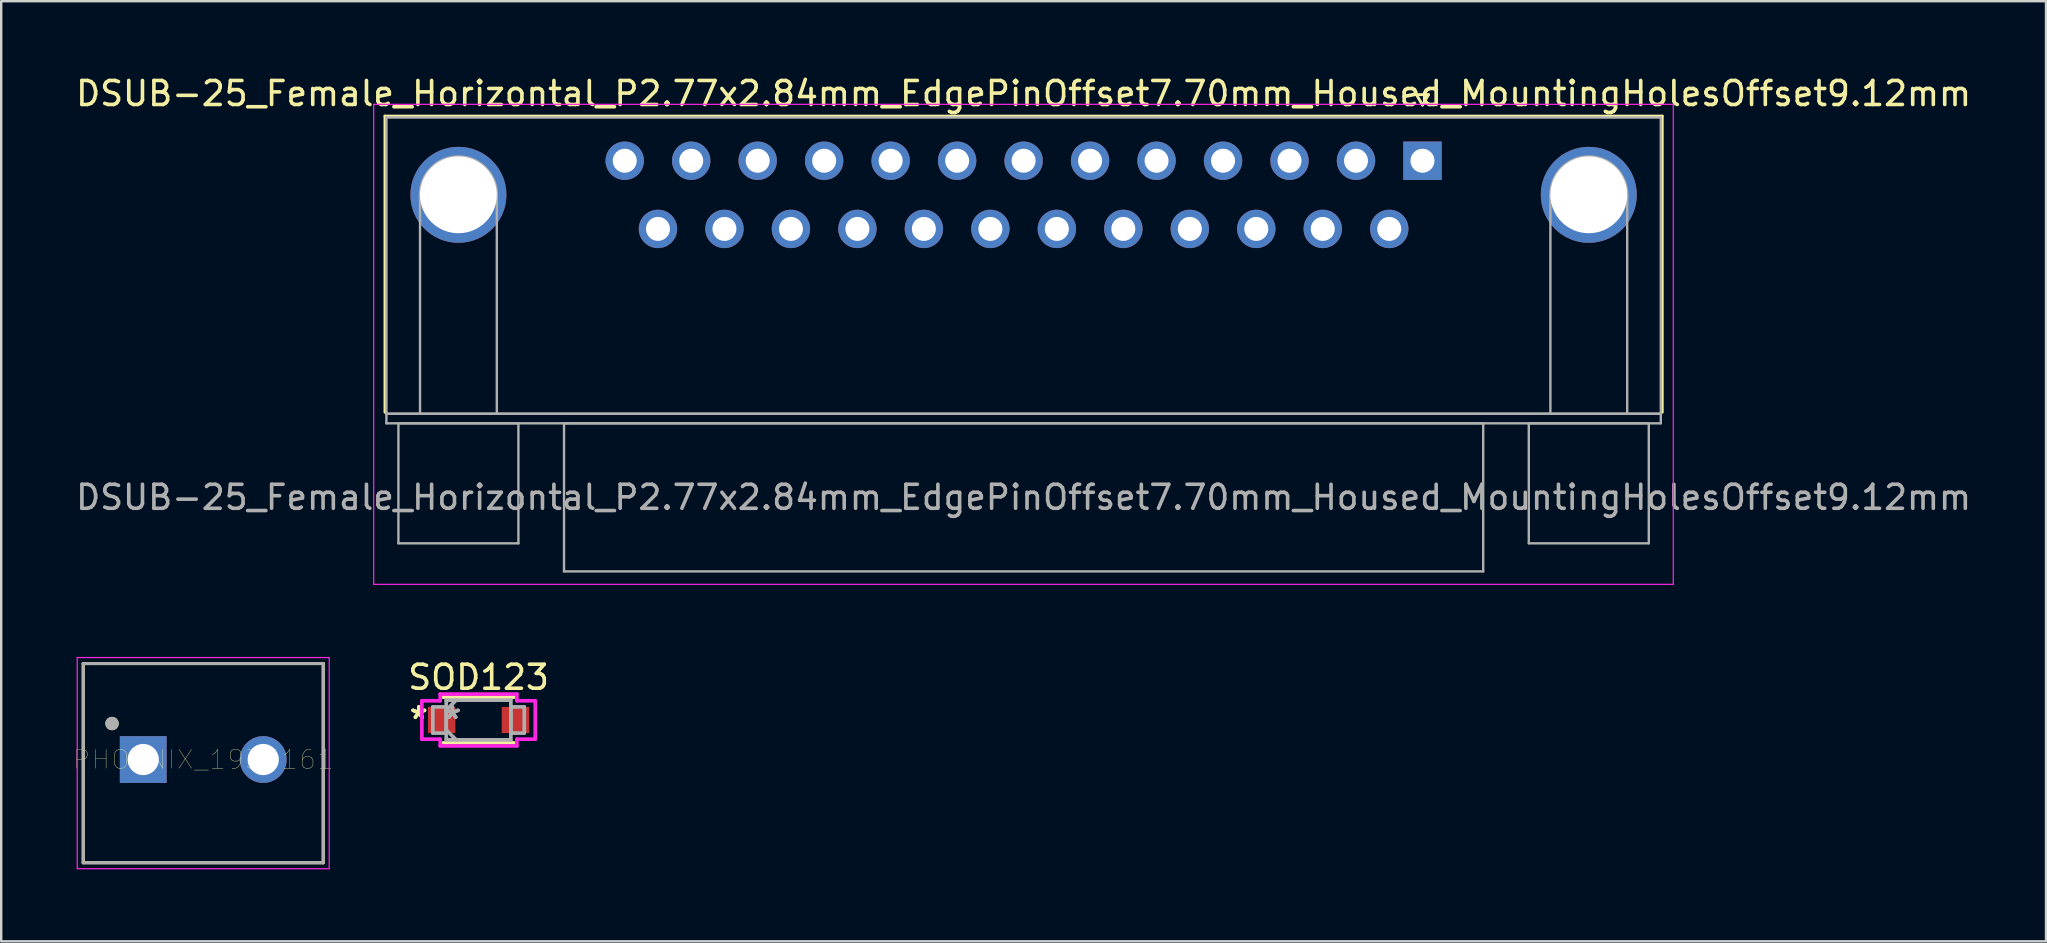
<source format=kicad_pcb>
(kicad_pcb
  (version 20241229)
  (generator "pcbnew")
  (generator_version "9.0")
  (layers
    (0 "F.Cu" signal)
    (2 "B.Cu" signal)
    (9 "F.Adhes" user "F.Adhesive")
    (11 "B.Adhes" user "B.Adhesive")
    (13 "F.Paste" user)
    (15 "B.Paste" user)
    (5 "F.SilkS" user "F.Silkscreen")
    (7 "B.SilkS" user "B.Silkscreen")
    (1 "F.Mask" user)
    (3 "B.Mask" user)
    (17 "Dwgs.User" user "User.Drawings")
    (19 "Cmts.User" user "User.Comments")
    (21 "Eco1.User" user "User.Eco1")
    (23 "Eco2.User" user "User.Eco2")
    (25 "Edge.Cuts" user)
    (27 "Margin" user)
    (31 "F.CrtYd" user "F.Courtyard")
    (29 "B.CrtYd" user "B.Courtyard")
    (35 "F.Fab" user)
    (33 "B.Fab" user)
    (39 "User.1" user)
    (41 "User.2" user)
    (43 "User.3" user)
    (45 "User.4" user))
  (footprint "PHOENIX_1935161"
    (layer "F.Cu")
    (at 5.418 28.598)
    (property "Reference" "PHOENIX_1935161" (at 0 0 0) (layer "F.SilkS") (effects (font (size 0.787 0.787) (thickness 0.015))))
    (attr through_hole)
    (fp_line (start -5 -4) (end 5 -4) (stroke (width 0.127) (type solid)) (layer "F.SilkS"))
    (fp_line (start -5 4.3) (end -5 -4) (stroke (width 0.127) (type solid)) (layer "F.SilkS"))
    (fp_line (start 5 -4) (end 5 4.3) (stroke (width 0.127) (type solid)) (layer "F.SilkS"))
    (fp_line (start 5 4.3) (end -5 4.3) (stroke (width 0.127) (type solid)) (layer "F.SilkS"))
    (fp_circle (center -3.8 -1.5) (end -3.66 -1.5) (stroke (width 0.28) (type solid)) (fill no) (layer "F.SilkS"))
    (fp_line (start -5.25 -4.25) (end 5.25 -4.25) (stroke (width 0.05) (type solid)) (layer "F.CrtYd"))
    (fp_line (start -5.25 4.55) (end -5.25 -4.25) (stroke (width 0.05) (type solid)) (layer "F.CrtYd"))
    (fp_line (start 5.25 -4.25) (end 5.25 4.55) (stroke (width 0.05) (type solid)) (layer "F.CrtYd"))
    (fp_line (start 5.25 4.55) (end -5.25 4.55) (stroke (width 0.05) (type solid)) (layer "F.CrtYd"))
    (fp_line (start -5 -4) (end 5 -4) (stroke (width 0.127) (type solid)) (layer "F.Fab"))
    (fp_line (start -5 4.3) (end -5 -4) (stroke (width 0.127) (type solid)) (layer "F.Fab"))
    (fp_line (start 5 -4) (end 5 4.3) (stroke (width 0.127) (type solid)) (layer "F.Fab"))
    (fp_line (start 5 4.3) (end -5 4.3) (stroke (width 0.127) (type solid)) (layer "F.Fab"))
    (fp_circle (center -3.8 -1.5) (end -3.66 -1.5) (stroke (width 0.28) (type solid)) (fill no) (layer "F.Fab"))
    (pad "1" thru_hole rect (at -2.5 0) (size 1.95 1.95) (drill 1.3) (layers "*.Cu" "*.Mask"))
    (pad "2" thru_hole circle (at 2.5 0) (size 1.95 1.95) (drill 1.3) (layers "*.Cu" "*.Mask")))
  (footprint "SOD123"
    (layer "F.Cu")
    (at 16.89 26.95)
    (property "Reference" "SOD123" (at 0 -1.778 0) (layer "F.SilkS") (effects (font (size 1 1) (thickness 0.15))))
    (attr through_hole)
    (fp_line (start -1.473 0.953) (end 1.473 0.953) (stroke (width 0.152) (type solid)) (layer "F.SilkS"))
    (fp_line (start 1.473 -0.953) (end -1.473 -0.953) (stroke (width 0.152) (type solid)) (layer "F.SilkS"))
    (fp_line (start -2.362 -0.8) (end -1.6 -0.8) (stroke (width 0.152) (type solid)) (layer "F.CrtYd"))
    (fp_line (start -2.362 0.8) (end -2.362 -0.8) (stroke (width 0.152) (type solid)) (layer "F.CrtYd"))
    (fp_line (start -1.6 -1.079) (end 1.6 -1.079) (stroke (width 0.152) (type solid)) (layer "F.CrtYd"))
    (fp_line (start -1.6 -0.8) (end -1.6 -1.079) (stroke (width 0.152) (type solid)) (layer "F.CrtYd"))
    (fp_line (start -1.6 0.8) (end -2.362 0.8) (stroke (width 0.152) (type solid)) (layer "F.CrtYd"))
    (fp_line (start -1.6 1.079) (end -1.6 0.8) (stroke (width 0.152) (type solid)) (layer "F.CrtYd"))
    (fp_line (start 1.6 -1.079) (end 1.6 -0.8) (stroke (width 0.152) (type solid)) (layer "F.CrtYd"))
    (fp_line (start 1.6 -0.8) (end 2.362 -0.8) (stroke (width 0.152) (type solid)) (layer "F.CrtYd"))
    (fp_line (start 1.6 0.8) (end 1.6 1.079) (stroke (width 0.152) (type solid)) (layer "F.CrtYd"))
    (fp_line (start 1.6 1.079) (end -1.6 1.079) (stroke (width 0.152) (type solid)) (layer "F.CrtYd"))
    (fp_line (start 2.362 -0.8) (end 2.362 0.8) (stroke (width 0.152) (type solid)) (layer "F.CrtYd"))
    (fp_line (start 2.362 0.8) (end 1.6 0.8) (stroke (width 0.152) (type solid)) (layer "F.CrtYd"))
    (fp_line (start -1.905 -0.546) (end -1.905 0.546) (stroke (width 0.152) (type solid)) (layer "F.Fab"))
    (fp_line (start -1.905 0.546) (end -1.346 0.546) (stroke (width 0.152) (type solid)) (layer "F.Fab"))
    (fp_line (start -1.346 -0.826) (end -1.346 0.826) (stroke (width 0.152) (type solid)) (layer "F.Fab"))
    (fp_line (start -1.346 -0.546) (end -1.905 -0.546) (stroke (width 0.152) (type solid)) (layer "F.Fab"))
    (fp_line (start -1.346 -0.413) (end -0.933 -0.826) (stroke (width 0.152) (type solid)) (layer "F.Fab"))
    (fp_line (start -1.346 0.413) (end -0.933 0.826) (stroke (width 0.152) (type solid)) (layer "F.Fab"))
    (fp_line (start -1.346 0.546) (end -1.346 -0.546) (stroke (width 0.152) (type solid)) (layer "F.Fab"))
    (fp_line (start -1.346 0.826) (end 1.346 0.826) (stroke (width 0.152) (type solid)) (layer "F.Fab"))
    (fp_line (start 1.346 -0.826) (end -1.346 -0.826) (stroke (width 0.152) (type solid)) (layer "F.Fab"))
    (fp_line (start 1.346 -0.546) (end 1.346 0.546) (stroke (width 0.152) (type solid)) (layer "F.Fab"))
    (fp_line (start 1.346 0.546) (end 1.905 0.546) (stroke (width 0.152) (type solid)) (layer "F.Fab"))
    (fp_line (start 1.346 0.826) (end 1.346 -0.826) (stroke (width 0.152) (type solid)) (layer "F.Fab"))
    (fp_line (start 1.905 -0.546) (end 1.346 -0.546) (stroke (width 0.152) (type solid)) (layer "F.Fab"))
    (fp_line (start 1.905 0.546) (end 1.905 -0.546) (stroke (width 0.152) (type solid)) (layer "F.Fab"))
    (fp_text user "*" (at -2.489 0 0) (layer "F.SilkS") (effects (font (size 1 1) (thickness 0.15))))
    (fp_text user "*" (at -2.489 0 0) (layer "F.SilkS") (effects (font (size 1 1) (thickness 0.15))))
    (fp_text user "*" (at -1.092 0 0) (layer "F.Fab") (effects (font (size 1 1) (thickness 0.15))))
    (fp_text user "*" (at -1.092 0 0) (layer "F.Fab") (effects (font (size 1 1) (thickness 0.15))))
    (pad "1" smd rect (at -1.537 0) (size 1.143 1.092) (layers "F.Cu" "F.Mask" "F.Paste"))
    (pad "2" smd rect (at 1.537 0) (size 1.143 1.092) (layers "F.Cu" "F.Mask" "F.Paste")))
  (footprint "DSUB-25_Female_Horizontal_P2.77x2.84mm_EdgePinOffset7.70mm_Housed_MountingHolesOffset9.12mm"
    (layer "F.Cu")
    (at 56.221 3.648)
    (property "Reference" "DSUB-25_Female_Horizontal_P2.77x2.84mm_EdgePinOffset7.70mm_Housed_MountingHolesOffset9.12mm" (at -16.62 -2.8 0) (layer "F.SilkS") (effects (font (size 1 1) (thickness 0.15))))
    (attr through_hole)
    (fp_line (start -43.23 -1.86) (end 9.99 -1.86) (stroke (width 0.12) (type solid)) (layer "F.SilkS"))
    (fp_line (start -43.23 10.48) (end -43.23 -1.86) (stroke (width 0.12) (type solid)) (layer "F.SilkS"))
    (fp_line (start -0.25 -2.754) (end 0.25 -2.754) (stroke (width 0.12) (type solid)) (layer "F.SilkS"))
    (fp_line (start 0 -2.321) (end -0.25 -2.754) (stroke (width 0.12) (type solid)) (layer "F.SilkS"))
    (fp_line (start 0.25 -2.754) (end 0 -2.321) (stroke (width 0.12) (type solid)) (layer "F.SilkS"))
    (fp_line (start 9.99 -1.86) (end 9.99 10.48) (stroke (width 0.12) (type solid)) (layer "F.SilkS"))
    (fp_line (start -43.7 -2.35) (end -43.7 17.65) (stroke (width 0.05) (type solid)) (layer "F.CrtYd"))
    (fp_line (start -43.7 17.65) (end 10.45 17.65) (stroke (width 0.05) (type solid)) (layer "F.CrtYd"))
    (fp_line (start 10.45 -2.35) (end -43.7 -2.35) (stroke (width 0.05) (type solid)) (layer "F.CrtYd"))
    (fp_line (start 10.45 17.65) (end 10.45 -2.35) (stroke (width 0.05) (type solid)) (layer "F.CrtYd"))
    (fp_line (start -43.17 -1.8) (end -43.17 10.54) (stroke (width 0.1) (type solid)) (layer "F.Fab"))
    (fp_line (start -43.17 10.54) (end -43.17 10.94) (stroke (width 0.1) (type solid)) (layer "F.Fab"))
    (fp_line (start -43.17 10.54) (end 9.93 10.54) (stroke (width 0.1) (type solid)) (layer "F.Fab"))
    (fp_line (start -43.17 10.94) (end 9.93 10.94) (stroke (width 0.1) (type solid)) (layer "F.Fab"))
    (fp_line (start -42.67 10.94) (end -42.67 15.94) (stroke (width 0.1) (type solid)) (layer "F.Fab"))
    (fp_line (start -42.67 15.94) (end -37.67 15.94) (stroke (width 0.1) (type solid)) (layer "F.Fab"))
    (fp_line (start -41.77 10.54) (end -41.77 1.42) (stroke (width 0.1) (type solid)) (layer "F.Fab"))
    (fp_line (start -38.57 10.54) (end -38.57 1.42) (stroke (width 0.1) (type solid)) (layer "F.Fab"))
    (fp_line (start -37.67 10.94) (end -42.67 10.94) (stroke (width 0.1) (type solid)) (layer "F.Fab"))
    (fp_line (start -37.67 15.94) (end -37.67 10.94) (stroke (width 0.1) (type solid)) (layer "F.Fab"))
    (fp_line (start -35.77 10.94) (end -35.77 17.11) (stroke (width 0.1) (type solid)) (layer "F.Fab"))
    (fp_line (start -35.77 17.11) (end 2.53 17.11) (stroke (width 0.1) (type solid)) (layer "F.Fab"))
    (fp_line (start 2.53 10.94) (end -35.77 10.94) (stroke (width 0.1) (type solid)) (layer "F.Fab"))
    (fp_line (start 2.53 17.11) (end 2.53 10.94) (stroke (width 0.1) (type solid)) (layer "F.Fab"))
    (fp_line (start 4.43 10.94) (end 4.43 15.94) (stroke (width 0.1) (type solid)) (layer "F.Fab"))
    (fp_line (start 4.43 15.94) (end 9.43 15.94) (stroke (width 0.1) (type solid)) (layer "F.Fab"))
    (fp_line (start 5.33 10.54) (end 5.33 1.42) (stroke (width 0.1) (type solid)) (layer "F.Fab"))
    (fp_line (start 8.53 10.54) (end 8.53 1.42) (stroke (width 0.1) (type solid)) (layer "F.Fab"))
    (fp_line (start 9.43 10.94) (end 4.43 10.94) (stroke (width 0.1) (type solid)) (layer "F.Fab"))
    (fp_line (start 9.43 15.94) (end 9.43 10.94) (stroke (width 0.1) (type solid)) (layer "F.Fab"))
    (fp_line (start 9.93 -1.8) (end -43.17 -1.8) (stroke (width 0.1) (type solid)) (layer "F.Fab"))
    (fp_line (start 9.93 10.54) (end -43.17 10.54) (stroke (width 0.1) (type solid)) (layer "F.Fab"))
    (fp_line (start 9.93 10.54) (end 9.93 -1.8) (stroke (width 0.1) (type solid)) (layer "F.Fab"))
    (fp_line (start 9.93 10.94) (end 9.93 10.54) (stroke (width 0.1) (type solid)) (layer "F.Fab"))
    (fp_arc (start -41.77 1.42) (mid -40.17 -0.18) (end -38.57 1.42) (stroke (width 0.1) (type solid)) (layer "F.Fab"))
    (fp_arc (start 5.33 1.42) (mid 6.93 -0.18) (end 8.53 1.42) (stroke (width 0.1) (type solid)) (layer "F.Fab"))
    (fp_text user "${REFERENCE}" (at -16.62 14.025 0) (layer "F.Fab") (effects (font (size 1 1) (thickness 0.15))))
    (pad "0" thru_hole circle (at -40.17 1.42) (size 4 4) (drill 3.2) (layers "*.Cu" "*.Mask"))
    (pad "0" thru_hole circle (at 6.93 1.42) (size 4 4) (drill 3.2) (layers "*.Cu" "*.Mask"))
    (pad "1" thru_hole rect (at 0 0) (size 1.6 1.6) (drill 1) (layers "*.Cu" "*.Mask"))
    (pad "2" thru_hole circle (at -2.77 0) (size 1.6 1.6) (drill 1) (layers "*.Cu" "*.Mask"))
    (pad "3" thru_hole circle (at -5.54 0) (size 1.6 1.6) (drill 1) (layers "*.Cu" "*.Mask"))
    (pad "4" thru_hole circle (at -8.31 0) (size 1.6 1.6) (drill 1) (layers "*.Cu" "*.Mask"))
    (pad "5" thru_hole circle (at -11.08 0) (size 1.6 1.6) (drill 1) (layers "*.Cu" "*.Mask"))
    (pad "6" thru_hole circle (at -13.85 0) (size 1.6 1.6) (drill 1) (layers "*.Cu" "*.Mask"))
    (pad "7" thru_hole circle (at -16.62 0) (size 1.6 1.6) (drill 1) (layers "*.Cu" "*.Mask"))
    (pad "8" thru_hole circle (at -19.39 0) (size 1.6 1.6) (drill 1) (layers "*.Cu" "*.Mask"))
    (pad "9" thru_hole circle (at -22.16 0) (size 1.6 1.6) (drill 1) (layers "*.Cu" "*.Mask"))
    (pad "10" thru_hole circle (at -24.93 0) (size 1.6 1.6) (drill 1) (layers "*.Cu" "*.Mask"))
    (pad "11" thru_hole circle (at -27.7 0) (size 1.6 1.6) (drill 1) (layers "*.Cu" "*.Mask"))
    (pad "12" thru_hole circle (at -30.47 0) (size 1.6 1.6) (drill 1) (layers "*.Cu" "*.Mask"))
    (pad "13" thru_hole circle (at -33.24 0) (size 1.6 1.6) (drill 1) (layers "*.Cu" "*.Mask"))
    (pad "14" thru_hole circle (at -1.385 2.84) (size 1.6 1.6) (drill 1) (layers "*.Cu" "*.Mask"))
    (pad "15" thru_hole circle (at -4.155 2.84) (size 1.6 1.6) (drill 1) (layers "*.Cu" "*.Mask"))
    (pad "16" thru_hole circle (at -6.925 2.84) (size 1.6 1.6) (drill 1) (layers "*.Cu" "*.Mask"))
    (pad "17" thru_hole circle (at -9.695 2.84) (size 1.6 1.6) (drill 1) (layers "*.Cu" "*.Mask"))
    (pad "18" thru_hole circle (at -12.465 2.84) (size 1.6 1.6) (drill 1) (layers "*.Cu" "*.Mask"))
    (pad "19" thru_hole circle (at -15.235 2.84) (size 1.6 1.6) (drill 1) (layers "*.Cu" "*.Mask"))
    (pad "20" thru_hole circle (at -18.005 2.84) (size 1.6 1.6) (drill 1) (layers "*.Cu" "*.Mask"))
    (pad "21" thru_hole circle (at -20.775 2.84) (size 1.6 1.6) (drill 1) (layers "*.Cu" "*.Mask"))
    (pad "22" thru_hole circle (at -23.545 2.84) (size 1.6 1.6) (drill 1) (layers "*.Cu" "*.Mask"))
    (pad "23" thru_hole circle (at -26.315 2.84) (size 1.6 1.6) (drill 1) (layers "*.Cu" "*.Mask"))
    (pad "24" thru_hole circle (at -29.085 2.84) (size 1.6 1.6) (drill 1) (layers "*.Cu" "*.Mask"))
    (pad "25" thru_hole circle (at -31.855 2.84) (size 1.6 1.6) (drill 1) (layers "*.Cu" "*.Mask")))
  (gr_rect
    (start -3 -3)
    (end 82.202 36.173)
    (stroke (width 0.1) (type default))
    (fill no)
    (layer "Edge.Cuts")))
</source>
